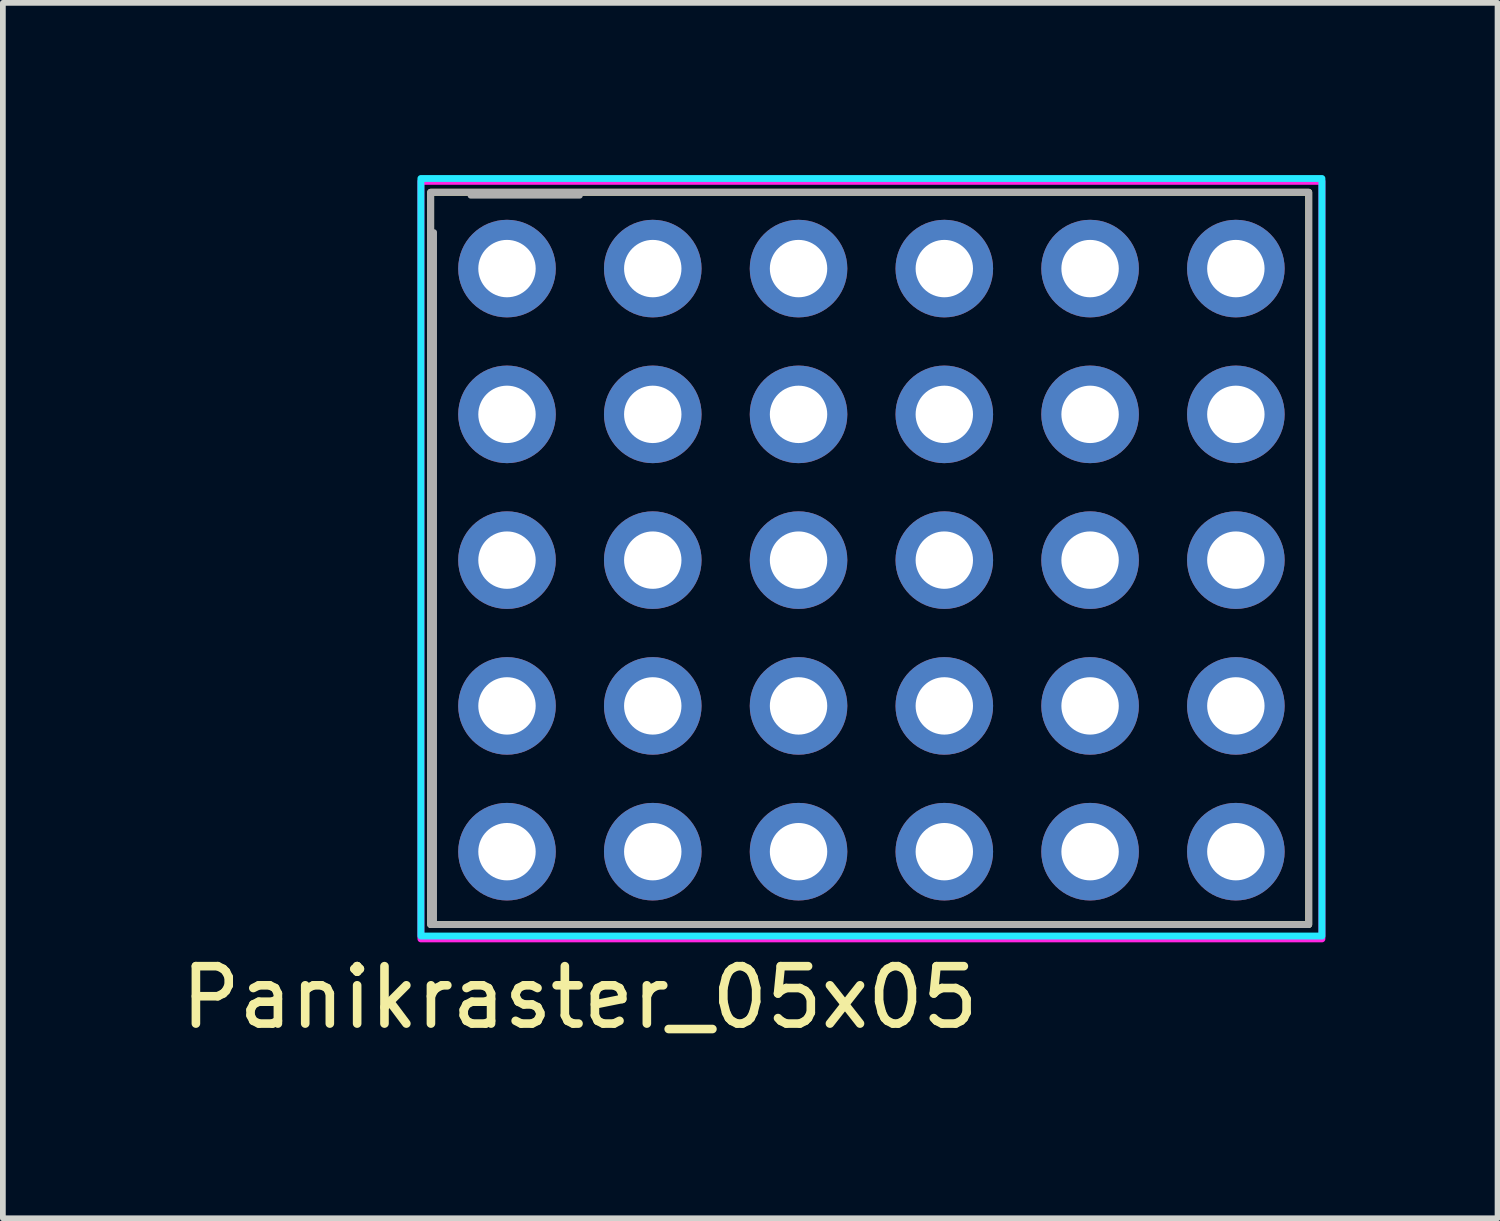
<source format=kicad_pcb>
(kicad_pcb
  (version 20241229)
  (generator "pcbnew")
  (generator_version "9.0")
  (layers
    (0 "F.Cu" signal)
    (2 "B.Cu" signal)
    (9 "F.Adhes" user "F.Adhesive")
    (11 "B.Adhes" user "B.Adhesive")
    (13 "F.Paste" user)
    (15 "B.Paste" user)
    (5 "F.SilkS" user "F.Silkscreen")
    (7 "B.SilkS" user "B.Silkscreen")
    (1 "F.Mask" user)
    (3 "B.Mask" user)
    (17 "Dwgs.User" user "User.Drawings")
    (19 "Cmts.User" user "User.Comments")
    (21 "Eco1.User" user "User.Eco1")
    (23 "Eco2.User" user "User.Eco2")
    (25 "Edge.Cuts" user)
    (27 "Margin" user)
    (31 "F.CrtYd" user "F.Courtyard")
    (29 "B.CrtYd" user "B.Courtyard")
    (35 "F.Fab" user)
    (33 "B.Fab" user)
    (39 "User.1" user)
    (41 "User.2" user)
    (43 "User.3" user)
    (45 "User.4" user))
  (footprint "Panikraster_05x05"
    (layer "F.Cu")
    (at 5.784 1.63)
    (property "Reference" "Panikraster_05x05" (at 1.27 12.7 0) (layer "F.SilkS") (effects (font (size 1 1) (thickness 0.15))))
    (attr through_hole)
    (fp_rect (start -1.33 -1.33) (end 13.97 11.43) (stroke (width 0.12) (type default)) (fill no) (layer "F.SilkS"))
    (fp_rect (start -1.5 -1.57) (end 14.2 11.63) (stroke (width 0.12) (type default)) (fill no) (layer "B.CrtYd"))
    (fp_rect (start -1.5 -1.52) (end 14.2 11.68) (stroke (width 0.12) (type default)) (fill no) (layer "F.CrtYd"))
    (fp_line (start -1.27 11.43) (end -1.27 -0.635) (stroke (width 0.1) (type solid)) (layer "F.Fab"))
    (fp_line (start -0.635 -1.27) (end 1.27 -1.27) (stroke (width 0.1) (type solid)) (layer "F.Fab"))
    (fp_line (start 1.27 11.43) (end -1.27 11.43) (stroke (width 0.1) (type solid)) (layer "F.Fab"))
    (fp_rect (start -1.33 -1.33) (end 13.97 11.43) (stroke (width 0.12) (type default)) (fill no) (layer "F.Fab"))
    (pad "" thru_hole oval (at 0 0) (size 1.7 1.7) (drill 1) (layers "*.Cu" "*.Mask"))
    (pad "" thru_hole oval (at 0 2.54) (size 1.7 1.7) (drill 1) (layers "*.Cu" "*.Mask"))
    (pad "" thru_hole oval (at 0 5.08) (size 1.7 1.7) (drill 1) (layers "*.Cu" "*.Mask"))
    (pad "" thru_hole oval (at 0 7.62) (size 1.7 1.7) (drill 1) (layers "*.Cu" "*.Mask"))
    (pad "" thru_hole oval (at 0 10.16) (size 1.7 1.7) (drill 1) (layers "*.Cu" "*.Mask"))
    (pad "" thru_hole oval (at 2.54 0) (size 1.7 1.7) (drill 1) (layers "*.Cu" "*.Mask"))
    (pad "" thru_hole oval (at 2.54 2.54) (size 1.7 1.7) (drill 1) (layers "*.Cu" "*.Mask"))
    (pad "" thru_hole oval (at 2.54 5.08) (size 1.7 1.7) (drill 1) (layers "*.Cu" "*.Mask"))
    (pad "" thru_hole oval (at 2.54 7.62) (size 1.7 1.7) (drill 1) (layers "*.Cu" "*.Mask"))
    (pad "" thru_hole oval (at 2.54 10.16) (size 1.7 1.7) (drill 1) (layers "*.Cu" "*.Mask"))
    (pad "" thru_hole oval (at 5.08 0) (size 1.7 1.7) (drill 1) (layers "*.Cu" "*.Mask"))
    (pad "" thru_hole oval (at 5.08 2.54) (size 1.7 1.7) (drill 1) (layers "*.Cu" "*.Mask"))
    (pad "" thru_hole oval (at 5.08 5.08) (size 1.7 1.7) (drill 1) (layers "*.Cu" "*.Mask"))
    (pad "" thru_hole oval (at 5.08 7.62) (size 1.7 1.7) (drill 1) (layers "*.Cu" "*.Mask"))
    (pad "" thru_hole oval (at 5.08 10.16) (size 1.7 1.7) (drill 1) (layers "*.Cu" "*.Mask"))
    (pad "" thru_hole oval (at 7.62 0) (size 1.7 1.7) (drill 1) (layers "*.Cu" "*.Mask"))
    (pad "" thru_hole oval (at 7.62 2.54) (size 1.7 1.7) (drill 1) (layers "*.Cu" "*.Mask"))
    (pad "" thru_hole oval (at 7.62 5.08) (size 1.7 1.7) (drill 1) (layers "*.Cu" "*.Mask"))
    (pad "" thru_hole oval (at 7.62 7.62) (size 1.7 1.7) (drill 1) (layers "*.Cu" "*.Mask"))
    (pad "" thru_hole oval (at 7.62 10.16) (size 1.7 1.7) (drill 1) (layers "*.Cu" "*.Mask"))
    (pad "" thru_hole oval (at 10.16 0) (size 1.7 1.7) (drill 1) (layers "*.Cu" "*.Mask"))
    (pad "" thru_hole oval (at 10.16 2.54) (size 1.7 1.7) (drill 1) (layers "*.Cu" "*.Mask"))
    (pad "" thru_hole oval (at 10.16 5.08) (size 1.7 1.7) (drill 1) (layers "*.Cu" "*.Mask"))
    (pad "" thru_hole oval (at 10.16 7.62) (size 1.7 1.7) (drill 1) (layers "*.Cu" "*.Mask"))
    (pad "" thru_hole oval (at 10.16 10.16) (size 1.7 1.7) (drill 1) (layers "*.Cu" "*.Mask"))
    (pad "" thru_hole oval (at 12.7 0) (size 1.7 1.7) (drill 1) (layers "*.Cu" "*.Mask"))
    (pad "" thru_hole oval (at 12.7 2.54) (size 1.7 1.7) (drill 1) (layers "*.Cu" "*.Mask"))
    (pad "" thru_hole oval (at 12.7 5.08) (size 1.7 1.7) (drill 1) (layers "*.Cu" "*.Mask"))
    (pad "" thru_hole oval (at 12.7 7.62) (size 1.7 1.7) (drill 1) (layers "*.Cu" "*.Mask"))
    (pad "" thru_hole oval (at 12.7 10.16) (size 1.7 1.7) (drill 1) (layers "*.Cu" "*.Mask")))
  (gr_rect
    (start -3 -3)
    (end 23.044 18.178)
    (stroke (width 0.1) (type default))
    (fill no)
    (layer "Edge.Cuts")))
</source>
